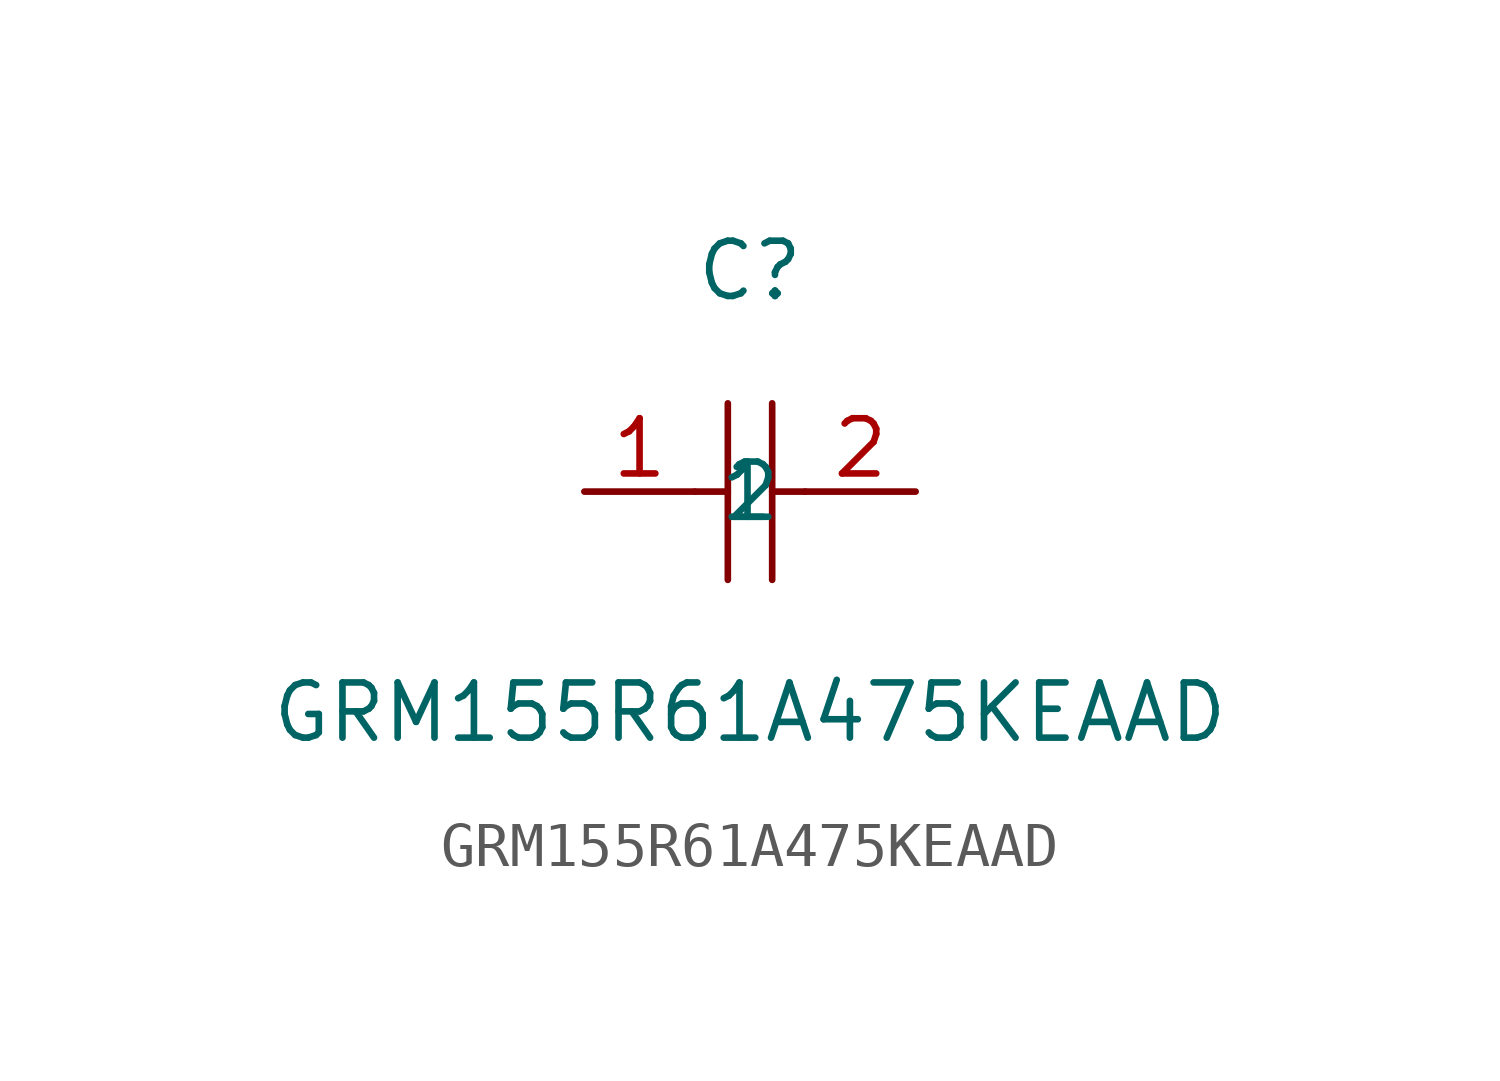
<source format=kicad_sym>
(kicad_symbol_lib
  (version 1)
  (generator "faebryk")
  (symbol "GRM155R61A475KEAAD"
    (property "Reference" "C"
      (at 0 5.08 0)
      (effects (font (size 1.27 1.27)) (hide no)))
    (property "Value" "GRM155R61A475KEAAD"
      (at 0 -5.08 0)
      (effects (font (size 1.27 1.27)) (hide no)))
    (symbol "GRM155R61A475KEAAD_0_1"
      (polyline (stroke (width 0) (type default) (color 0 0 0 0)) (fill (type none)) (pts (xy -0.51 2.03) (xy -0.51 -2.03)))
      (polyline (stroke (width 0) (type default) (color 0 0 0 0)) (fill (type none)) (pts (xy 0.51 2.03) (xy 0.51 -2.03)))
      (polyline (stroke (width 0) (type default) (color 0 0 0 0)) (fill (type none)) (pts (xy -1.27 0) (xy -0.51 0)))
      (polyline (stroke (width 0) (type default) (color 0 0 0 0)) (fill (type none)) (pts (xy 0.51 0) (xy 1.27 0)))
      (pin input line (at -3.81 0 0) (length 2.54) (name "1" (effects (font (size 1.27 1.27)) (hide no))) (number "1" (effects (font (size 1.27 1.27)) (hide no))))
      (pin input line (at 3.81 0 180) (length 2.54) (name "2" (effects (font (size 1.27 1.27)) (hide no))) (number "2" (effects (font (size 1.27 1.27)) (hide no)))))))
</source>
